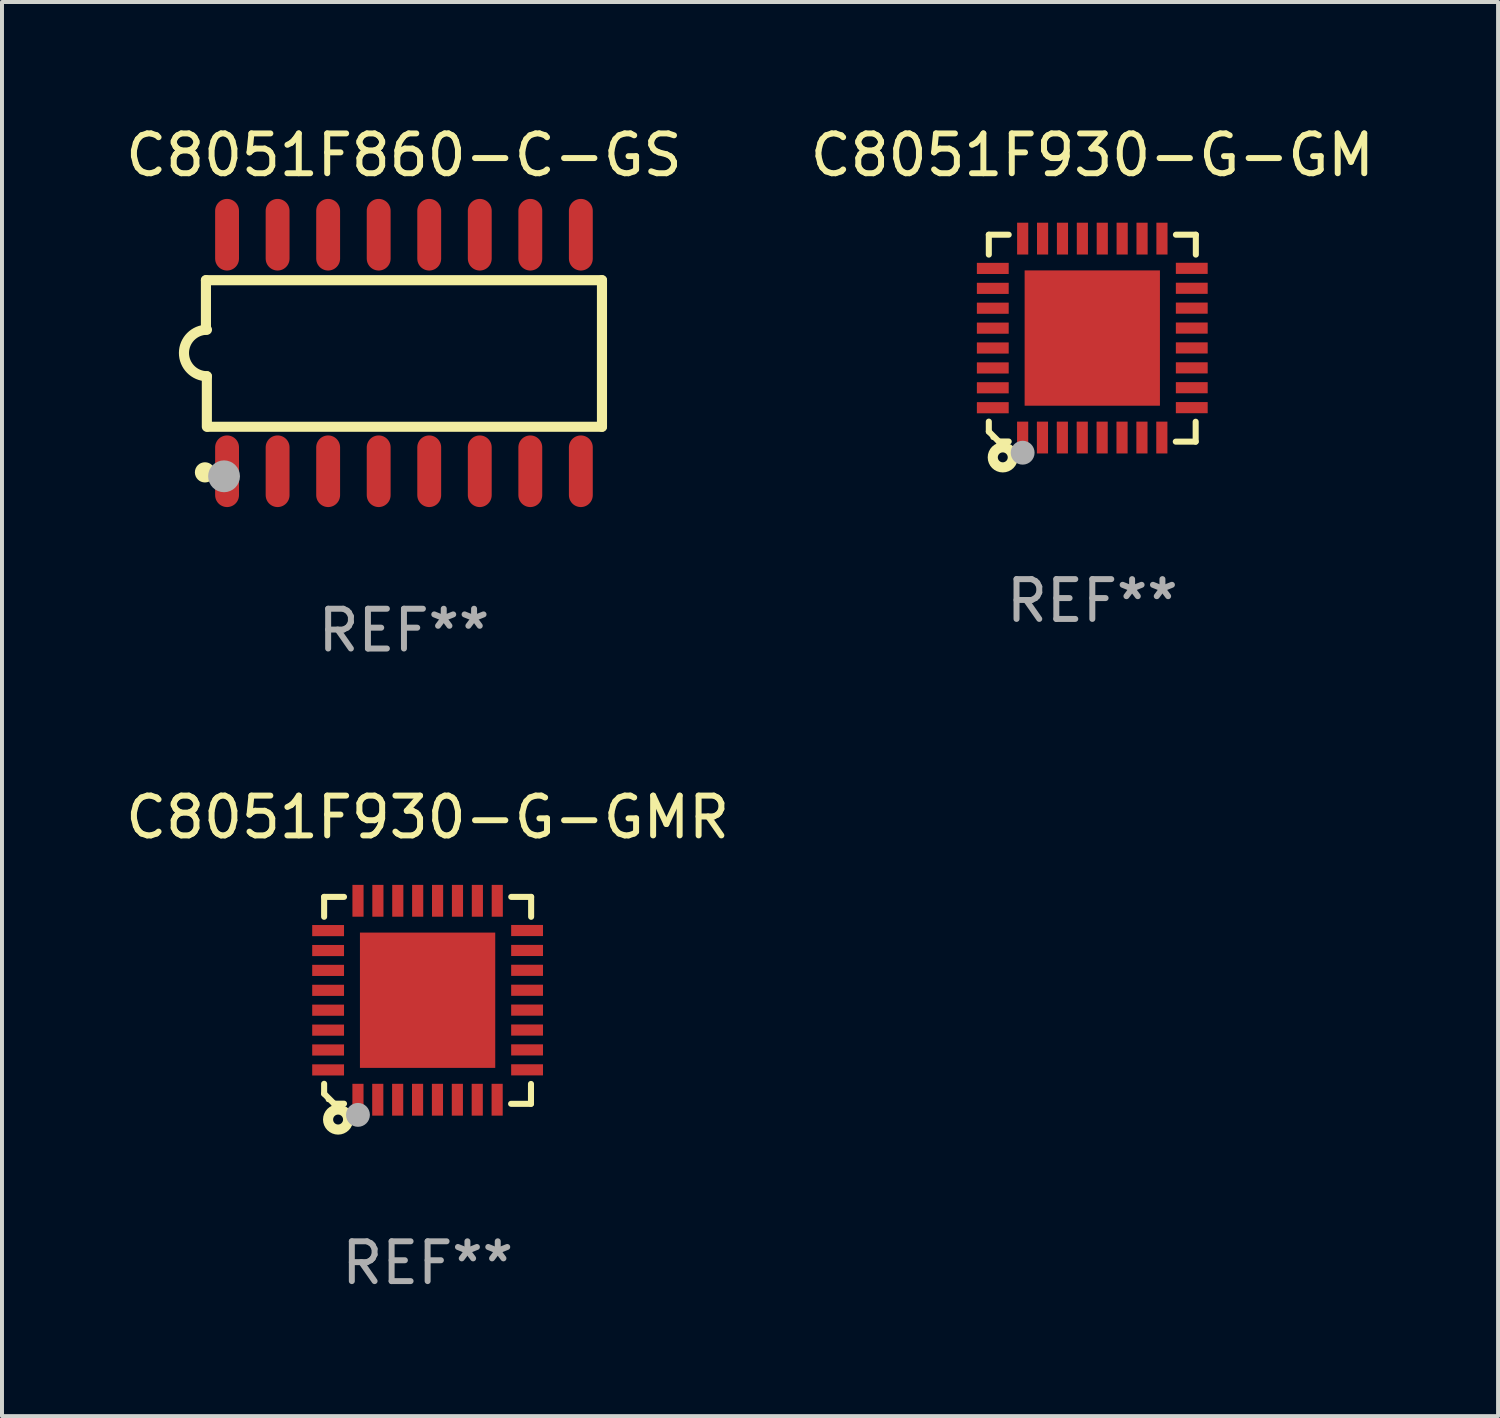
<source format=kicad_pcb>
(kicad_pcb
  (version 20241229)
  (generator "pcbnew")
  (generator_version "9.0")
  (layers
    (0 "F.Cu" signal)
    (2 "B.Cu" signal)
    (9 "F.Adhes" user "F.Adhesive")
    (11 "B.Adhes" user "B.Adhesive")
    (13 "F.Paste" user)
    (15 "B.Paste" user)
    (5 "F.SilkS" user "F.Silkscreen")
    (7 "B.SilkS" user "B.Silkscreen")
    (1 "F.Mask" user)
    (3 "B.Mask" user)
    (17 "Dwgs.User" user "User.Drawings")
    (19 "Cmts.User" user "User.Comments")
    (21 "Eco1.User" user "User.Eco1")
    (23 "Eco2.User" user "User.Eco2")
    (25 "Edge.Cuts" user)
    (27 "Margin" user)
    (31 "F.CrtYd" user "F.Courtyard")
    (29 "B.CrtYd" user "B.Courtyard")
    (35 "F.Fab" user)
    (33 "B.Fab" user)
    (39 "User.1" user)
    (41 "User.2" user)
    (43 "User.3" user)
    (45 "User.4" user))
  (footprint "C8051F930-G-GMR"
    (layer "F.Cu")
    (at 7.696 22.088)
    (property "Reference" "C8051F930-G-GMR" (at 0 -4.6 0) (layer "F.SilkS") (effects (font (size 1 1) (thickness 0.15))))
    (attr through_hole)
    (fp_line (start -2.601 2.097) (end -2.601 2.347) (stroke (width 0.152) (type solid)) (layer "F.SilkS"))
    (fp_line (start -2.601 2.347) (end -2.351 2.597) (stroke (width 0.152) (type solid)) (layer "F.SilkS"))
    (fp_line (start -2.601 -2.6) (end -2.601 -2.1) (stroke (width 0.152) (type solid)) (layer "F.SilkS"))
    (fp_line (start -2.601 -2.6) (end -2.101 -2.6) (stroke (width 0.152) (type solid)) (layer "F.SilkS"))
    (fp_line (start -2.351 2.597) (end -2.101 2.597) (stroke (width 0.152) (type solid)) (layer "F.SilkS"))
    (fp_line (start 2.597 2.6) (end 2.097 2.6) (stroke (width 0.152) (type solid)) (layer "F.SilkS"))
    (fp_line (start 2.597 2.6) (end 2.597 2.1) (stroke (width 0.152) (type solid)) (layer "F.SilkS"))
    (fp_line (start 2.601 -2.6) (end 2.101 -2.6) (stroke (width 0.152) (type solid)) (layer "F.SilkS"))
    (fp_line (start 2.601 -2.6) (end 2.601 -2.1) (stroke (width 0.152) (type solid)) (layer "F.SilkS"))
    (fp_circle (center -2.501 2.497) (end -2.471 2.497) (stroke (width 0.06) (type solid)) (fill no) (layer "F.SilkS"))
    (fp_circle (center -2.25 2.995) (end -2.125 2.995) (stroke (width 0.254) (type solid)) (fill no) (layer "F.SilkS"))
    (fp_circle (center -1.751 2.878) (end -1.601 2.878) (stroke (width 0.3) (type solid)) (fill no) (layer "F.Fab"))
    (fp_text user "REF**" (at 0 6.6 0) (layer "F.Fab") (effects (font (size 1 1) (thickness 0.15))))
    (pad "1" smd rect (at -1.751 2.497) (size 0.28 0.8) (layers "F.Cu" "F.Mask" "F.Paste"))
    (pad "2" smd rect (at -1.253 2.497) (size 0.28 0.8) (layers "F.Cu" "F.Mask" "F.Paste"))
    (pad "3" smd rect (at -0.753 2.497) (size 0.28 0.8) (layers "F.Cu" "F.Mask" "F.Paste"))
    (pad "4" smd rect (at -0.253 2.497) (size 0.28 0.8) (layers "F.Cu" "F.Mask" "F.Paste"))
    (pad "5" smd rect (at 0.247 2.497) (size 0.28 0.8) (layers "F.Cu" "F.Mask" "F.Paste"))
    (pad "6" smd rect (at 0.747 2.497) (size 0.28 0.8) (layers "F.Cu" "F.Mask" "F.Paste"))
    (pad "7" smd rect (at 1.247 2.497) (size 0.28 0.8) (layers "F.Cu" "F.Mask" "F.Paste"))
    (pad "8" smd rect (at 1.747 2.497) (size 0.28 0.8) (layers "F.Cu" "F.Mask" "F.Paste"))
    (pad "9" smd rect (at 2.499 1.746) (size 0.8 0.28) (layers "F.Cu" "F.Mask" "F.Paste"))
    (pad "10" smd rect (at 2.499 1.245) (size 0.8 0.28) (layers "F.Cu" "F.Mask" "F.Paste"))
    (pad "11" smd rect (at 2.499 0.746) (size 0.8 0.28) (layers "F.Cu" "F.Mask" "F.Paste"))
    (pad "12" smd rect (at 2.499 0.245) (size 0.8 0.28) (layers "F.Cu" "F.Mask" "F.Paste"))
    (pad "13" smd rect (at 2.499 -0.254) (size 0.8 0.28) (layers "F.Cu" "F.Mask" "F.Paste"))
    (pad "14" smd rect (at 2.499 -0.755) (size 0.8 0.28) (layers "F.Cu" "F.Mask" "F.Paste"))
    (pad "15" smd rect (at 2.499 -1.254) (size 0.8 0.28) (layers "F.Cu" "F.Mask" "F.Paste"))
    (pad "16" smd rect (at 2.499 -1.755) (size 0.8 0.28) (layers "F.Cu" "F.Mask" "F.Paste"))
    (pad "17" smd rect (at 1.75 -2.502) (size 0.28 0.8) (layers "F.Cu" "F.Mask" "F.Paste"))
    (pad "18" smd rect (at 1.25 -2.502) (size 0.28 0.8) (layers "F.Cu" "F.Mask" "F.Paste"))
    (pad "19" smd rect (at 0.75 -2.502) (size 0.28 0.8) (layers "F.Cu" "F.Mask" "F.Paste"))
    (pad "20" smd rect (at 0.25 -2.502) (size 0.28 0.8) (layers "F.Cu" "F.Mask" "F.Paste"))
    (pad "21" smd rect (at -0.25 -2.502) (size 0.28 0.8) (layers "F.Cu" "F.Mask" "F.Paste"))
    (pad "22" smd rect (at -0.75 -2.502) (size 0.28 0.8) (layers "F.Cu" "F.Mask" "F.Paste"))
    (pad "23" smd rect (at -1.25 -2.502) (size 0.28 0.8) (layers "F.Cu" "F.Mask" "F.Paste"))
    (pad "24" smd rect (at -1.75 -2.502) (size 0.28 0.8) (layers "F.Cu" "F.Mask" "F.Paste"))
    (pad "25" smd rect (at -2.501 -1.753) (size 0.8 0.28) (layers "F.Cu" "F.Mask" "F.Paste"))
    (pad "26" smd rect (at -2.501 -1.252) (size 0.8 0.28) (layers "F.Cu" "F.Mask" "F.Paste"))
    (pad "27" smd rect (at -2.501 -0.753) (size 0.8 0.28) (layers "F.Cu" "F.Mask" "F.Paste"))
    (pad "28" smd rect (at -2.501 -0.252) (size 0.8 0.28) (layers "F.Cu" "F.Mask" "F.Paste"))
    (pad "29" smd rect (at -2.501 0.247) (size 0.8 0.28) (layers "F.Cu" "F.Mask" "F.Paste"))
    (pad "30" smd rect (at -2.501 0.748) (size 0.8 0.28) (layers "F.Cu" "F.Mask" "F.Paste"))
    (pad "31" smd rect (at -2.501 1.247) (size 0.8 0.28) (layers "F.Cu" "F.Mask" "F.Paste"))
    (pad "32" smd rect (at -2.501 1.748) (size 0.8 0.28) (layers "F.Cu" "F.Mask" "F.Paste"))
    (pad "33" smd rect (at -0.001 -0.003 180) (size 3.4 3.4) (layers "F.Cu" "F.Mask" "F.Paste")))
  (footprint "C8051F860-C-GS"
    (layer "F.Cu")
    (at 7.101 5.82)
    (property "Reference" "C8051F860-C-GS" (at 0 -4.972 0) (layer "F.SilkS") (effects (font (size 1 1) (thickness 0.15))))
    (attr through_hole)
    (fp_line (start -4.976 -1.829) (end -4.976 -0.584) (stroke (width 0.254) (type solid)) (layer "F.SilkS"))
    (fp_line (start -4.953 0.584) (end -4.953 1.854) (stroke (width 0.254) (type solid)) (layer "F.SilkS"))
    (fp_line (start -4.928 1.854) (end 4.976 1.854) (stroke (width 0.254) (type solid)) (layer "F.SilkS"))
    (fp_line (start 4.976 -1.829) (end -4.976 -1.829) (stroke (width 0.254) (type solid)) (layer "F.SilkS"))
    (fp_line (start 4.976 1.854) (end 4.976 -1.829) (stroke (width 0.254) (type solid)) (layer "F.SilkS"))
    (fp_arc (start -4.95301 0.584201) (mid -5.533866 -0.00152) (end -4.950088 -0.584329) (stroke (width 0.254001) (type solid)) (layer "F.SilkS"))
    (fp_circle (center -5 3) (end -4.873 3) (stroke (width 0.254) (type solid)) (fill no) (layer "F.SilkS"))
    (fp_circle (center -4.521 3.099) (end -4.321 3.099) (stroke (width 0.4) (type solid)) (fill no) (layer "F.Fab"))
    (fp_text user "REF**" (at 0 6.972 0) (layer "F.Fab") (effects (font (size 1 1) (thickness 0.15))))
    (pad "1" smd oval (at -4.445 2.972 180) (size 0.6 1.8) (layers "F.Cu" "F.Mask" "F.Paste"))
    (pad "2" smd oval (at -3.175 2.972 180) (size 0.6 1.8) (layers "F.Cu" "F.Mask" "F.Paste"))
    (pad "3" smd oval (at -1.905 2.972 180) (size 0.6 1.8) (layers "F.Cu" "F.Mask" "F.Paste"))
    (pad "4" smd oval (at -0.635 2.972 180) (size 0.6 1.8) (layers "F.Cu" "F.Mask" "F.Paste"))
    (pad "5" smd oval (at 0.635 2.972 180) (size 0.6 1.8) (layers "F.Cu" "F.Mask" "F.Paste"))
    (pad "6" smd oval (at 1.905 2.972 180) (size 0.6 1.8) (layers "F.Cu" "F.Mask" "F.Paste"))
    (pad "7" smd oval (at 3.175 2.972 180) (size 0.6 1.8) (layers "F.Cu" "F.Mask" "F.Paste"))
    (pad "8" smd oval (at 4.445 2.972 180) (size 0.6 1.8) (layers "F.Cu" "F.Mask" "F.Paste"))
    (pad "9" smd oval (at 4.445 -2.972 180) (size 0.6 1.8) (layers "F.Cu" "F.Mask" "F.Paste"))
    (pad "10" smd oval (at 3.175 -2.972 180) (size 0.6 1.8) (layers "F.Cu" "F.Mask" "F.Paste"))
    (pad "11" smd oval (at 1.905 -2.972 180) (size 0.6 1.8) (layers "F.Cu" "F.Mask" "F.Paste"))
    (pad "12" smd oval (at 0.635 -2.972 180) (size 0.6 1.8) (layers "F.Cu" "F.Mask" "F.Paste"))
    (pad "13" smd oval (at -0.635 -2.972 180) (size 0.6 1.8) (layers "F.Cu" "F.Mask" "F.Paste"))
    (pad "14" smd oval (at -1.905 -2.972 180) (size 0.6 1.8) (layers "F.Cu" "F.Mask" "F.Paste"))
    (pad "15" smd oval (at -3.175 -2.972 180) (size 0.6 1.8) (layers "F.Cu" "F.Mask" "F.Paste"))
    (pad "16" smd oval (at -4.445 -2.972 180) (size 0.6 1.8) (layers "F.Cu" "F.Mask" "F.Paste")))
  (footprint "C8051F930-G-GM"
    (layer "F.Cu")
    (at 24.399 5.448)
    (property "Reference" "C8051F930-G-GM" (at 0 -4.6 0) (layer "F.SilkS") (effects (font (size 1 1) (thickness 0.15))))
    (attr through_hole)
    (fp_line (start -2.601 2.097) (end -2.601 2.347) (stroke (width 0.152) (type solid)) (layer "F.SilkS"))
    (fp_line (start -2.601 2.347) (end -2.351 2.597) (stroke (width 0.152) (type solid)) (layer "F.SilkS"))
    (fp_line (start -2.601 -2.6) (end -2.601 -2.1) (stroke (width 0.152) (type solid)) (layer "F.SilkS"))
    (fp_line (start -2.601 -2.6) (end -2.101 -2.6) (stroke (width 0.152) (type solid)) (layer "F.SilkS"))
    (fp_line (start -2.351 2.597) (end -2.101 2.597) (stroke (width 0.152) (type solid)) (layer "F.SilkS"))
    (fp_line (start 2.597 2.6) (end 2.097 2.6) (stroke (width 0.152) (type solid)) (layer "F.SilkS"))
    (fp_line (start 2.597 2.6) (end 2.597 2.1) (stroke (width 0.152) (type solid)) (layer "F.SilkS"))
    (fp_line (start 2.601 -2.6) (end 2.101 -2.6) (stroke (width 0.152) (type solid)) (layer "F.SilkS"))
    (fp_line (start 2.601 -2.6) (end 2.601 -2.1) (stroke (width 0.152) (type solid)) (layer "F.SilkS"))
    (fp_circle (center -2.501 2.497) (end -2.471 2.497) (stroke (width 0.06) (type solid)) (fill no) (layer "F.SilkS"))
    (fp_circle (center -2.25 2.995) (end -2.125 2.995) (stroke (width 0.254) (type solid)) (fill no) (layer "F.SilkS"))
    (fp_circle (center -1.751 2.878) (end -1.601 2.878) (stroke (width 0.3) (type solid)) (fill no) (layer "F.Fab"))
    (fp_text user "REF**" (at 0 6.6 0) (layer "F.Fab") (effects (font (size 1 1) (thickness 0.15))))
    (pad "1" smd rect (at -1.751 2.497) (size 0.28 0.8) (layers "F.Cu" "F.Mask" "F.Paste"))
    (pad "2" smd rect (at -1.253 2.497) (size 0.28 0.8) (layers "F.Cu" "F.Mask" "F.Paste"))
    (pad "3" smd rect (at -0.753 2.497) (size 0.28 0.8) (layers "F.Cu" "F.Mask" "F.Paste"))
    (pad "4" smd rect (at -0.253 2.497) (size 0.28 0.8) (layers "F.Cu" "F.Mask" "F.Paste"))
    (pad "5" smd rect (at 0.247 2.497) (size 0.28 0.8) (layers "F.Cu" "F.Mask" "F.Paste"))
    (pad "6" smd rect (at 0.747 2.497) (size 0.28 0.8) (layers "F.Cu" "F.Mask" "F.Paste"))
    (pad "7" smd rect (at 1.247 2.497) (size 0.28 0.8) (layers "F.Cu" "F.Mask" "F.Paste"))
    (pad "8" smd rect (at 1.747 2.497) (size 0.28 0.8) (layers "F.Cu" "F.Mask" "F.Paste"))
    (pad "9" smd rect (at 2.499 1.746) (size 0.8 0.28) (layers "F.Cu" "F.Mask" "F.Paste"))
    (pad "10" smd rect (at 2.499 1.245) (size 0.8 0.28) (layers "F.Cu" "F.Mask" "F.Paste"))
    (pad "11" smd rect (at 2.499 0.746) (size 0.8 0.28) (layers "F.Cu" "F.Mask" "F.Paste"))
    (pad "12" smd rect (at 2.499 0.245) (size 0.8 0.28) (layers "F.Cu" "F.Mask" "F.Paste"))
    (pad "13" smd rect (at 2.499 -0.254) (size 0.8 0.28) (layers "F.Cu" "F.Mask" "F.Paste"))
    (pad "14" smd rect (at 2.499 -0.755) (size 0.8 0.28) (layers "F.Cu" "F.Mask" "F.Paste"))
    (pad "15" smd rect (at 2.499 -1.254) (size 0.8 0.28) (layers "F.Cu" "F.Mask" "F.Paste"))
    (pad "16" smd rect (at 2.499 -1.755) (size 0.8 0.28) (layers "F.Cu" "F.Mask" "F.Paste"))
    (pad "17" smd rect (at 1.75 -2.502) (size 0.28 0.8) (layers "F.Cu" "F.Mask" "F.Paste"))
    (pad "18" smd rect (at 1.25 -2.502) (size 0.28 0.8) (layers "F.Cu" "F.Mask" "F.Paste"))
    (pad "19" smd rect (at 0.75 -2.502) (size 0.28 0.8) (layers "F.Cu" "F.Mask" "F.Paste"))
    (pad "20" smd rect (at 0.25 -2.502) (size 0.28 0.8) (layers "F.Cu" "F.Mask" "F.Paste"))
    (pad "21" smd rect (at -0.25 -2.502) (size 0.28 0.8) (layers "F.Cu" "F.Mask" "F.Paste"))
    (pad "22" smd rect (at -0.75 -2.502) (size 0.28 0.8) (layers "F.Cu" "F.Mask" "F.Paste"))
    (pad "23" smd rect (at -1.25 -2.502) (size 0.28 0.8) (layers "F.Cu" "F.Mask" "F.Paste"))
    (pad "24" smd rect (at -1.75 -2.502) (size 0.28 0.8) (layers "F.Cu" "F.Mask" "F.Paste"))
    (pad "25" smd rect (at -2.501 -1.753) (size 0.8 0.28) (layers "F.Cu" "F.Mask" "F.Paste"))
    (pad "26" smd rect (at -2.501 -1.252) (size 0.8 0.28) (layers "F.Cu" "F.Mask" "F.Paste"))
    (pad "27" smd rect (at -2.501 -0.753) (size 0.8 0.28) (layers "F.Cu" "F.Mask" "F.Paste"))
    (pad "28" smd rect (at -2.501 -0.252) (size 0.8 0.28) (layers "F.Cu" "F.Mask" "F.Paste"))
    (pad "29" smd rect (at -2.501 0.247) (size 0.8 0.28) (layers "F.Cu" "F.Mask" "F.Paste"))
    (pad "30" smd rect (at -2.501 0.748) (size 0.8 0.28) (layers "F.Cu" "F.Mask" "F.Paste"))
    (pad "31" smd rect (at -2.501 1.247) (size 0.8 0.28) (layers "F.Cu" "F.Mask" "F.Paste"))
    (pad "32" smd rect (at -2.501 1.748) (size 0.8 0.28) (layers "F.Cu" "F.Mask" "F.Paste"))
    (pad "33" smd rect (at -0.001 -0.003 180) (size 3.4 3.4) (layers "F.Cu" "F.Mask" "F.Paste")))
  (gr_rect
    (start -3 -3)
    (end 34.595 32.536)
    (stroke (width 0.1) (type default))
    (fill no)
    (layer "Edge.Cuts")))
</source>
